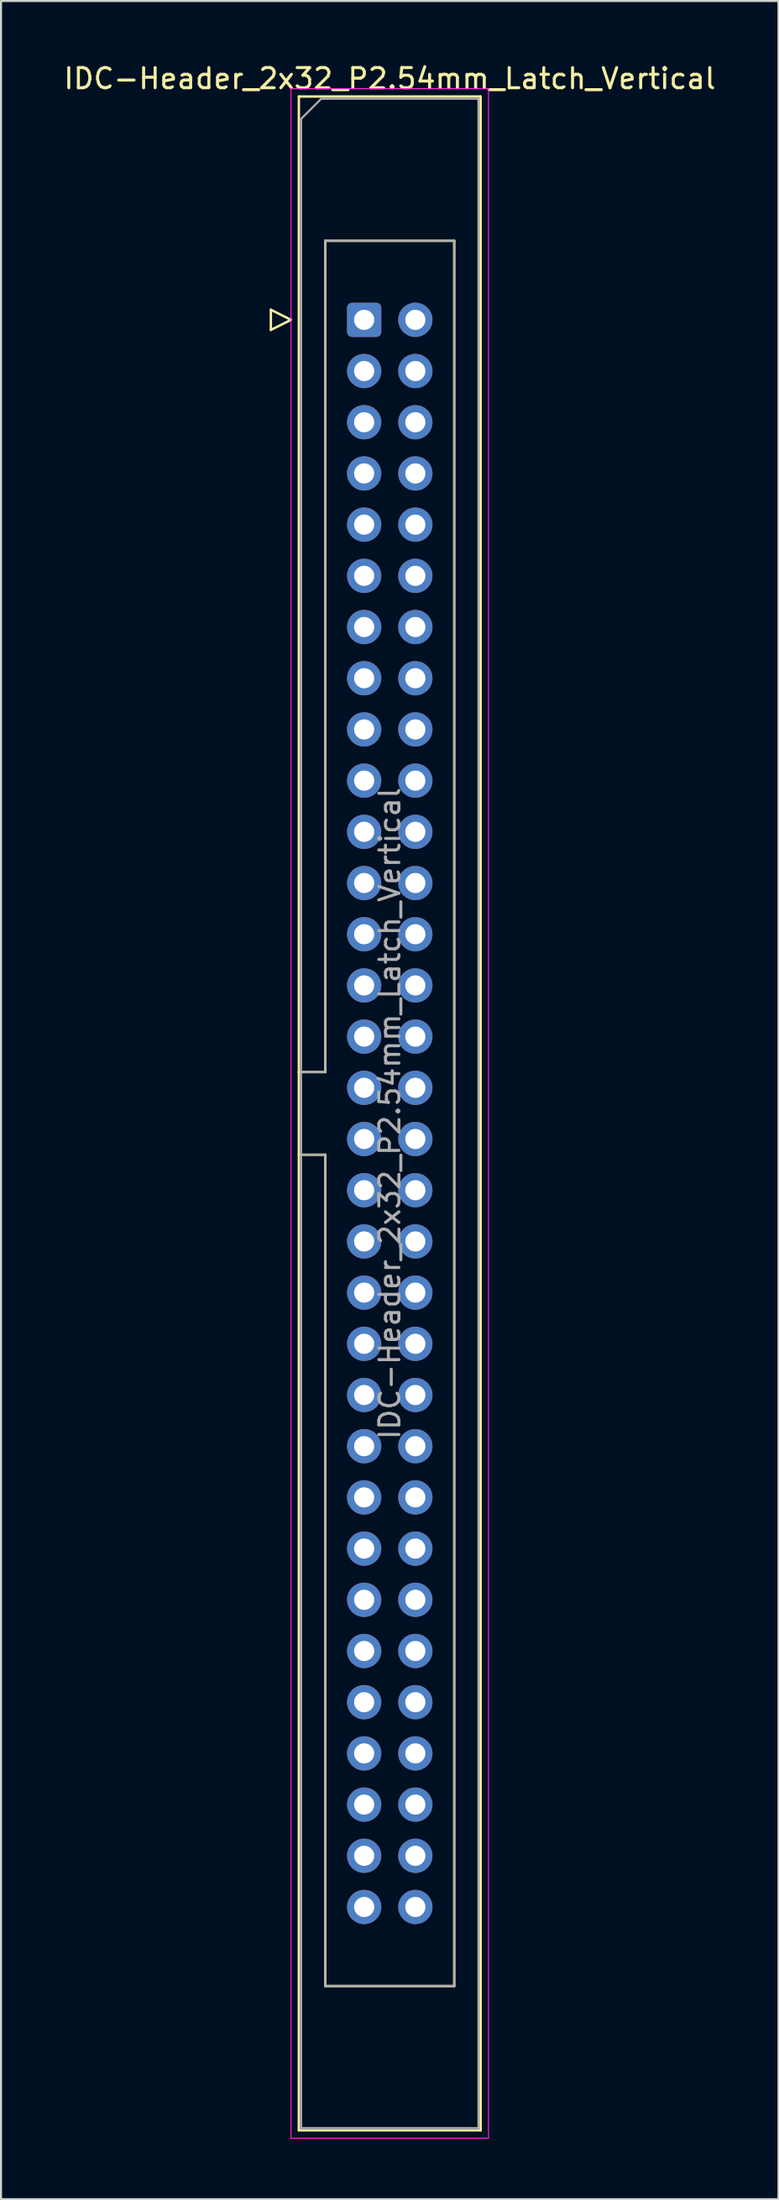
<source format=kicad_pcb>
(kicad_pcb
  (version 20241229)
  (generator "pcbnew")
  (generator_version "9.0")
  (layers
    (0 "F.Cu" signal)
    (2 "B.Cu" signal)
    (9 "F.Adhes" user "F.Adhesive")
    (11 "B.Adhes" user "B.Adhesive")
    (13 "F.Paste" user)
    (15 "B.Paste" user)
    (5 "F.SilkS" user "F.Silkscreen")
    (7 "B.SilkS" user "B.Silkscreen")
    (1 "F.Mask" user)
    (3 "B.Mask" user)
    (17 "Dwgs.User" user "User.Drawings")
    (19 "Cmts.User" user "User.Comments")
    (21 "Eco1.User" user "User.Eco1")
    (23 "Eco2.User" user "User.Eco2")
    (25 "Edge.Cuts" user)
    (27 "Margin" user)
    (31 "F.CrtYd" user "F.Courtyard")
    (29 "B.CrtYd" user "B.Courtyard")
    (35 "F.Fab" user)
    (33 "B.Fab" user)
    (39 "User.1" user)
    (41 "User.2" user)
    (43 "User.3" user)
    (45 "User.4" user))
  (footprint "IDC-Header_2x32_P2.54mm_Latch_Vertical"
    (layer "F.Cu")
    (at 15.022 12.818)
    (property "Reference" "IDC-Header_2x32_P2.54mm_Latch_Vertical" (at 1.27 -11.97 0) (layer "F.SilkS") (effects (font (size 1 1) (thickness 0.15))))
    (attr through_hole)
    (fp_line (start -4.63 -0.5) (end -4.63 0.5) (stroke (width 0.12) (type solid)) (layer "F.SilkS"))
    (fp_line (start -4.63 0.5) (end -3.63 0) (stroke (width 0.12) (type solid)) (layer "F.SilkS"))
    (fp_line (start -3.63 0) (end -4.63 -0.5) (stroke (width 0.12) (type solid)) (layer "F.SilkS"))
    (fp_line (start -3.24 -11.08) (end 5.78 -11.08) (stroke (width 0.12) (type solid)) (layer "F.SilkS"))
    (fp_line (start -3.24 37.32) (end -1.93 37.32) (stroke (width 0.12) (type solid)) (layer "F.SilkS"))
    (fp_line (start -3.24 89.82) (end -3.24 -11.08) (stroke (width 0.12) (type solid)) (layer "F.SilkS"))
    (fp_line (start -1.93 -3.92) (end 4.47 -3.92) (stroke (width 0.12) (type solid)) (layer "F.SilkS"))
    (fp_line (start -1.93 37.32) (end -1.93 -3.92) (stroke (width 0.12) (type solid)) (layer "F.SilkS"))
    (fp_line (start -1.93 41.42) (end -3.24 41.42) (stroke (width 0.12) (type solid)) (layer "F.SilkS"))
    (fp_line (start -1.93 82.66) (end -1.93 41.42) (stroke (width 0.12) (type solid)) (layer "F.SilkS"))
    (fp_line (start 4.47 -3.92) (end 4.47 82.66) (stroke (width 0.12) (type solid)) (layer "F.SilkS"))
    (fp_line (start 4.47 82.66) (end -1.93 82.66) (stroke (width 0.12) (type solid)) (layer "F.SilkS"))
    (fp_line (start 5.78 -11.08) (end 5.78 89.82) (stroke (width 0.12) (type solid)) (layer "F.SilkS"))
    (fp_line (start 5.78 89.82) (end -3.24 89.82) (stroke (width 0.12) (type solid)) (layer "F.SilkS"))
    (fp_line (start -3.63 -11.47) (end -3.63 90.21) (stroke (width 0.05) (type solid)) (layer "F.CrtYd"))
    (fp_line (start -3.63 90.21) (end 6.17 90.21) (stroke (width 0.05) (type solid)) (layer "F.CrtYd"))
    (fp_line (start 6.17 -11.47) (end -3.63 -11.47) (stroke (width 0.05) (type solid)) (layer "F.CrtYd"))
    (fp_line (start 6.17 90.21) (end 6.17 -11.47) (stroke (width 0.05) (type solid)) (layer "F.CrtYd"))
    (fp_line (start -3.13 -9.97) (end -2.13 -10.97) (stroke (width 0.1) (type solid)) (layer "F.Fab"))
    (fp_line (start -3.13 37.32) (end -1.93 37.32) (stroke (width 0.1) (type solid)) (layer "F.Fab"))
    (fp_line (start -3.13 89.71) (end -3.13 -9.97) (stroke (width 0.1) (type solid)) (layer "F.Fab"))
    (fp_line (start -2.13 -10.97) (end 5.67 -10.97) (stroke (width 0.1) (type solid)) (layer "F.Fab"))
    (fp_line (start -1.93 -3.92) (end 4.47 -3.92) (stroke (width 0.1) (type solid)) (layer "F.Fab"))
    (fp_line (start -1.93 37.32) (end -1.93 -3.92) (stroke (width 0.1) (type solid)) (layer "F.Fab"))
    (fp_line (start -1.93 41.42) (end -3.13 41.42) (stroke (width 0.1) (type solid)) (layer "F.Fab"))
    (fp_line (start -1.93 82.66) (end -1.93 41.42) (stroke (width 0.1) (type solid)) (layer "F.Fab"))
    (fp_line (start 4.47 -3.92) (end 4.47 82.66) (stroke (width 0.1) (type solid)) (layer "F.Fab"))
    (fp_line (start 4.47 82.66) (end -1.93 82.66) (stroke (width 0.1) (type solid)) (layer "F.Fab"))
    (fp_line (start 5.67 -10.97) (end 5.67 89.71) (stroke (width 0.1) (type solid)) (layer "F.Fab"))
    (fp_line (start 5.67 89.71) (end -3.13 89.71) (stroke (width 0.1) (type solid)) (layer "F.Fab"))
    (fp_text user "${REFERENCE}" (at 1.27 39.37 90) (layer "F.Fab") (effects (font (size 1 1) (thickness 0.15))))
    (pad "1" thru_hole roundrect (at 0 0) (size 1.7 1.7) (drill 1) (layers "*.Cu" "*.Mask") (roundrect_rratio 0.147))
    (pad "2" thru_hole circle (at 2.54 0) (size 1.7 1.7) (drill 1) (layers "*.Cu" "*.Mask"))
    (pad "3" thru_hole circle (at 0 2.54) (size 1.7 1.7) (drill 1) (layers "*.Cu" "*.Mask"))
    (pad "4" thru_hole circle (at 2.54 2.54) (size 1.7 1.7) (drill 1) (layers "*.Cu" "*.Mask"))
    (pad "5" thru_hole circle (at 0 5.08) (size 1.7 1.7) (drill 1) (layers "*.Cu" "*.Mask"))
    (pad "6" thru_hole circle (at 2.54 5.08) (size 1.7 1.7) (drill 1) (layers "*.Cu" "*.Mask"))
    (pad "7" thru_hole circle (at 0 7.62) (size 1.7 1.7) (drill 1) (layers "*.Cu" "*.Mask"))
    (pad "8" thru_hole circle (at 2.54 7.62) (size 1.7 1.7) (drill 1) (layers "*.Cu" "*.Mask"))
    (pad "9" thru_hole circle (at 0 10.16) (size 1.7 1.7) (drill 1) (layers "*.Cu" "*.Mask"))
    (pad "10" thru_hole circle (at 2.54 10.16) (size 1.7 1.7) (drill 1) (layers "*.Cu" "*.Mask"))
    (pad "11" thru_hole circle (at 0 12.7) (size 1.7 1.7) (drill 1) (layers "*.Cu" "*.Mask"))
    (pad "12" thru_hole circle (at 2.54 12.7) (size 1.7 1.7) (drill 1) (layers "*.Cu" "*.Mask"))
    (pad "13" thru_hole circle (at 0 15.24) (size 1.7 1.7) (drill 1) (layers "*.Cu" "*.Mask"))
    (pad "14" thru_hole circle (at 2.54 15.24) (size 1.7 1.7) (drill 1) (layers "*.Cu" "*.Mask"))
    (pad "15" thru_hole circle (at 0 17.78) (size 1.7 1.7) (drill 1) (layers "*.Cu" "*.Mask"))
    (pad "16" thru_hole circle (at 2.54 17.78) (size 1.7 1.7) (drill 1) (layers "*.Cu" "*.Mask"))
    (pad "17" thru_hole circle (at 0 20.32) (size 1.7 1.7) (drill 1) (layers "*.Cu" "*.Mask"))
    (pad "18" thru_hole circle (at 2.54 20.32) (size 1.7 1.7) (drill 1) (layers "*.Cu" "*.Mask"))
    (pad "19" thru_hole circle (at 0 22.86) (size 1.7 1.7) (drill 1) (layers "*.Cu" "*.Mask"))
    (pad "20" thru_hole circle (at 2.54 22.86) (size 1.7 1.7) (drill 1) (layers "*.Cu" "*.Mask"))
    (pad "21" thru_hole circle (at 0 25.4) (size 1.7 1.7) (drill 1) (layers "*.Cu" "*.Mask"))
    (pad "22" thru_hole circle (at 2.54 25.4) (size 1.7 1.7) (drill 1) (layers "*.Cu" "*.Mask"))
    (pad "23" thru_hole circle (at 0 27.94) (size 1.7 1.7) (drill 1) (layers "*.Cu" "*.Mask"))
    (pad "24" thru_hole circle (at 2.54 27.94) (size 1.7 1.7) (drill 1) (layers "*.Cu" "*.Mask"))
    (pad "25" thru_hole circle (at 0 30.48) (size 1.7 1.7) (drill 1) (layers "*.Cu" "*.Mask"))
    (pad "26" thru_hole circle (at 2.54 30.48) (size 1.7 1.7) (drill 1) (layers "*.Cu" "*.Mask"))
    (pad "27" thru_hole circle (at 0 33.02) (size 1.7 1.7) (drill 1) (layers "*.Cu" "*.Mask"))
    (pad "28" thru_hole circle (at 2.54 33.02) (size 1.7 1.7) (drill 1) (layers "*.Cu" "*.Mask"))
    (pad "29" thru_hole circle (at 0 35.56) (size 1.7 1.7) (drill 1) (layers "*.Cu" "*.Mask"))
    (pad "30" thru_hole circle (at 2.54 35.56) (size 1.7 1.7) (drill 1) (layers "*.Cu" "*.Mask"))
    (pad "31" thru_hole circle (at 0 38.1) (size 1.7 1.7) (drill 1) (layers "*.Cu" "*.Mask"))
    (pad "32" thru_hole circle (at 2.54 38.1) (size 1.7 1.7) (drill 1) (layers "*.Cu" "*.Mask"))
    (pad "33" thru_hole circle (at 0 40.64) (size 1.7 1.7) (drill 1) (layers "*.Cu" "*.Mask"))
    (pad "34" thru_hole circle (at 2.54 40.64) (size 1.7 1.7) (drill 1) (layers "*.Cu" "*.Mask"))
    (pad "35" thru_hole circle (at 0 43.18) (size 1.7 1.7) (drill 1) (layers "*.Cu" "*.Mask"))
    (pad "36" thru_hole circle (at 2.54 43.18) (size 1.7 1.7) (drill 1) (layers "*.Cu" "*.Mask"))
    (pad "37" thru_hole circle (at 0 45.72) (size 1.7 1.7) (drill 1) (layers "*.Cu" "*.Mask"))
    (pad "38" thru_hole circle (at 2.54 45.72) (size 1.7 1.7) (drill 1) (layers "*.Cu" "*.Mask"))
    (pad "39" thru_hole circle (at 0 48.26) (size 1.7 1.7) (drill 1) (layers "*.Cu" "*.Mask"))
    (pad "40" thru_hole circle (at 2.54 48.26) (size 1.7 1.7) (drill 1) (layers "*.Cu" "*.Mask"))
    (pad "41" thru_hole circle (at 0 50.8) (size 1.7 1.7) (drill 1) (layers "*.Cu" "*.Mask"))
    (pad "42" thru_hole circle (at 2.54 50.8) (size 1.7 1.7) (drill 1) (layers "*.Cu" "*.Mask"))
    (pad "43" thru_hole circle (at 0 53.34) (size 1.7 1.7) (drill 1) (layers "*.Cu" "*.Mask"))
    (pad "44" thru_hole circle (at 2.54 53.34) (size 1.7 1.7) (drill 1) (layers "*.Cu" "*.Mask"))
    (pad "45" thru_hole circle (at 0 55.88) (size 1.7 1.7) (drill 1) (layers "*.Cu" "*.Mask"))
    (pad "46" thru_hole circle (at 2.54 55.88) (size 1.7 1.7) (drill 1) (layers "*.Cu" "*.Mask"))
    (pad "47" thru_hole circle (at 0 58.42) (size 1.7 1.7) (drill 1) (layers "*.Cu" "*.Mask"))
    (pad "48" thru_hole circle (at 2.54 58.42) (size 1.7 1.7) (drill 1) (layers "*.Cu" "*.Mask"))
    (pad "49" thru_hole circle (at 0 60.96) (size 1.7 1.7) (drill 1) (layers "*.Cu" "*.Mask"))
    (pad "50" thru_hole circle (at 2.54 60.96) (size 1.7 1.7) (drill 1) (layers "*.Cu" "*.Mask"))
    (pad "51" thru_hole circle (at 0 63.5) (size 1.7 1.7) (drill 1) (layers "*.Cu" "*.Mask"))
    (pad "52" thru_hole circle (at 2.54 63.5) (size 1.7 1.7) (drill 1) (layers "*.Cu" "*.Mask"))
    (pad "53" thru_hole circle (at 0 66.04) (size 1.7 1.7) (drill 1) (layers "*.Cu" "*.Mask"))
    (pad "54" thru_hole circle (at 2.54 66.04) (size 1.7 1.7) (drill 1) (layers "*.Cu" "*.Mask"))
    (pad "55" thru_hole circle (at 0 68.58) (size 1.7 1.7) (drill 1) (layers "*.Cu" "*.Mask"))
    (pad "56" thru_hole circle (at 2.54 68.58) (size 1.7 1.7) (drill 1) (layers "*.Cu" "*.Mask"))
    (pad "57" thru_hole circle (at 0 71.12) (size 1.7 1.7) (drill 1) (layers "*.Cu" "*.Mask"))
    (pad "58" thru_hole circle (at 2.54 71.12) (size 1.7 1.7) (drill 1) (layers "*.Cu" "*.Mask"))
    (pad "59" thru_hole circle (at 0 73.66) (size 1.7 1.7) (drill 1) (layers "*.Cu" "*.Mask"))
    (pad "60" thru_hole circle (at 2.54 73.66) (size 1.7 1.7) (drill 1) (layers "*.Cu" "*.Mask"))
    (pad "61" thru_hole circle (at 0 76.2) (size 1.7 1.7) (drill 1) (layers "*.Cu" "*.Mask"))
    (pad "62" thru_hole circle (at 2.54 76.2) (size 1.7 1.7) (drill 1) (layers "*.Cu" "*.Mask"))
    (pad "63" thru_hole circle (at 0 78.74) (size 1.7 1.7) (drill 1) (layers "*.Cu" "*.Mask"))
    (pad "64" thru_hole circle (at 2.54 78.74) (size 1.7 1.7) (drill 1) (layers "*.Cu" "*.Mask")))
  (gr_rect
    (start -3 -3)
    (end 35.583 106.053)
    (stroke (width 0.1) (type default))
    (fill no)
    (layer "Edge.Cuts")))
</source>
